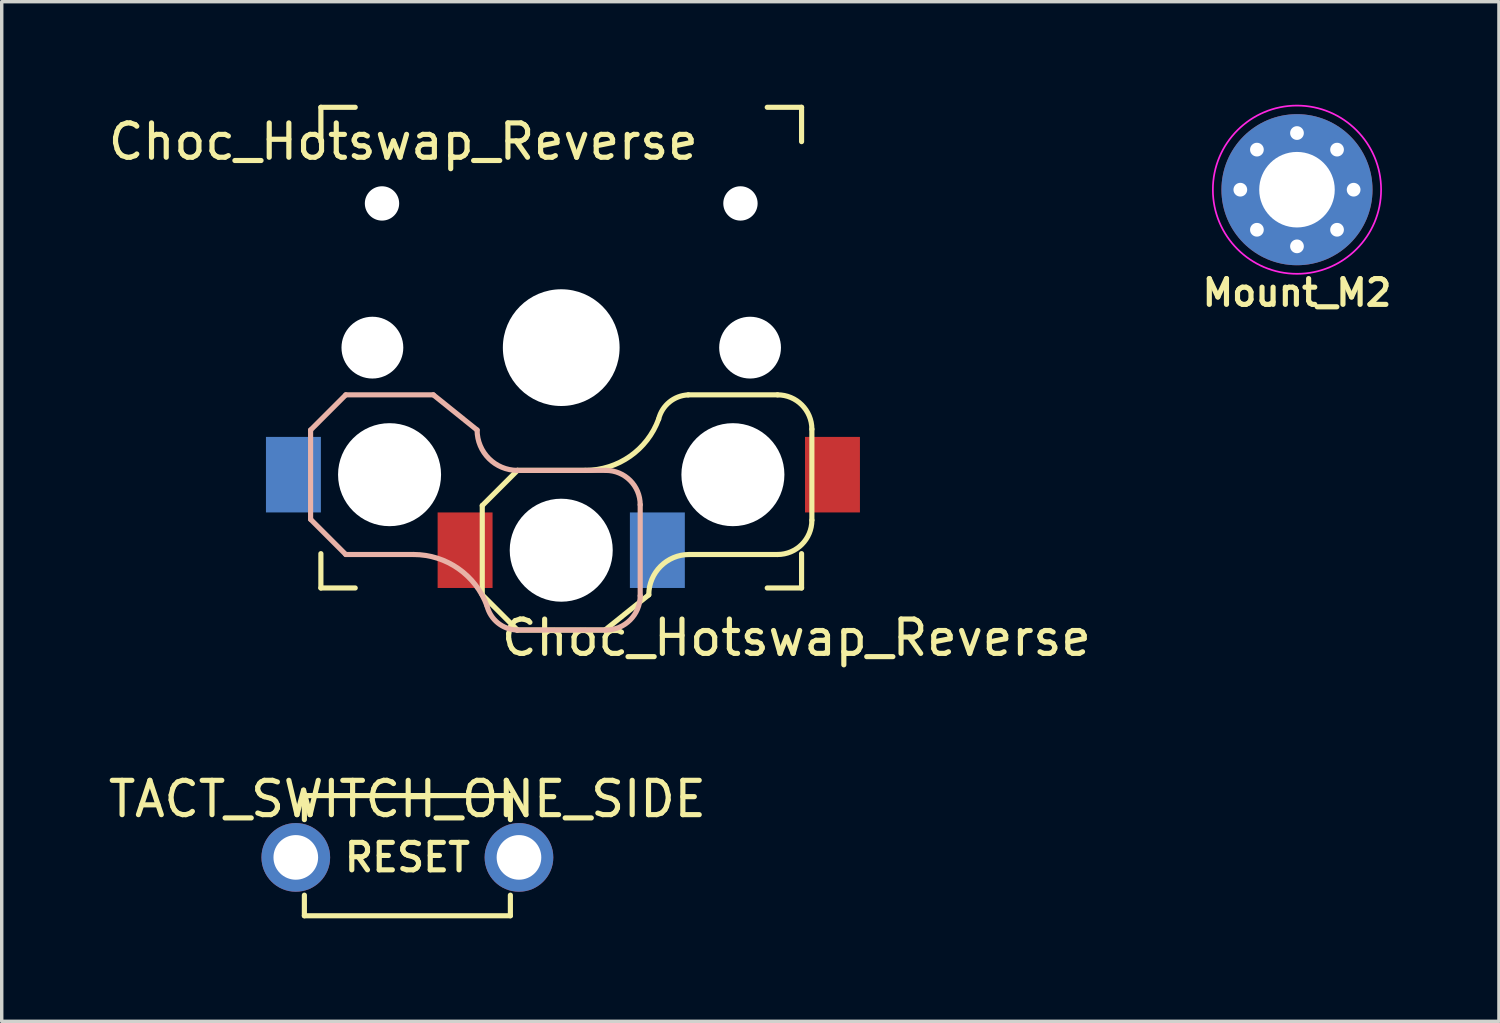
<source format=kicad_pcb>
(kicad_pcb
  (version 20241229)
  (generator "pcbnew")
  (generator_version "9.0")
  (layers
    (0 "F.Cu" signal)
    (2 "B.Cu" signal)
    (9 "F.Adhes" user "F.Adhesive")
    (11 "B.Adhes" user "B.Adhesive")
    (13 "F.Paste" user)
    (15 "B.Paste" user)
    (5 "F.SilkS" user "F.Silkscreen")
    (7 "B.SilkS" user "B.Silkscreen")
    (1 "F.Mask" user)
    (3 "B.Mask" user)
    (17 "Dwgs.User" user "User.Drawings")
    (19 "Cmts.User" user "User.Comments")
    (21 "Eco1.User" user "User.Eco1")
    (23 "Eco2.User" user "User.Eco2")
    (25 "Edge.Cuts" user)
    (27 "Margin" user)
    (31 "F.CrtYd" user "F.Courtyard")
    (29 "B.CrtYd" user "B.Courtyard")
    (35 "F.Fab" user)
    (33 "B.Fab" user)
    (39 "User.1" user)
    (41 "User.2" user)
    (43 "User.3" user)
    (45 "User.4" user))
  (footprint "TACT_SWITCH_ONE_SIDE"
    (layer "F.Cu")
    (at 8.815 21.922)
    (property "Reference" "TACT_SWITCH_ONE_SIDE" (at 0 -1.7 0) (layer "F.SilkS") (effects (font (size 1 1) (thickness 0.15))))
    (attr through_hole)
    (fp_line (start -3 -1.8) (end -3 -1.1) (stroke (width 0.15) (type solid)) (layer "F.SilkS"))
    (fp_line (start -3 1.7) (end -3 1.1) (stroke (width 0.15) (type solid)) (layer "F.SilkS"))
    (fp_line (start -3 1.7) (end 3 1.7) (stroke (width 0.15) (type solid)) (layer "F.SilkS"))
    (fp_line (start 3 -1.8) (end -3 -1.8) (stroke (width 0.15) (type solid)) (layer "F.SilkS"))
    (fp_line (start 3 -1.8) (end 3 -1.1) (stroke (width 0.15) (type solid)) (layer "F.SilkS"))
    (fp_line (start 3 1.7) (end 3 1.1) (stroke (width 0.15) (type solid)) (layer "F.SilkS"))
    (fp_text user "RESET" (at 0 0 0) (unlocked yes) (layer "F.SilkS") (effects (font (size 0.8 0.8) (thickness 0.15))))
    (pad "1" thru_hole circle (at -3.25 0) (size 2 2) (drill 1.3) (layers "*.Cu" "B.Mask"))
    (pad "2" thru_hole circle (at 3.25 0) (size 2 2) (drill 1.3) (layers "*.Cu" "B.Mask")))
  (footprint "Choc_Hotswap_Reverse"
    (layer "F.Cu")
    (at 13.296 7.075)
    (property "Reference" "Choc_Hotswap_Reverse" (at 6.85 8.45 180) (layer "F.SilkS") (effects (font (size 1 1) (thickness 0.15))))
    (attr through_hole)
    (fp_line (start -7 -7) (end -6 -7) (stroke (width 0.15) (type solid)) (layer "F.SilkS"))
    (fp_line (start -7 -6) (end -7 -7) (stroke (width 0.15) (type solid)) (layer "F.SilkS"))
    (fp_line (start -7 7) (end -7 6) (stroke (width 0.15) (type solid)) (layer "F.SilkS"))
    (fp_line (start -6 7) (end -7 7) (stroke (width 0.15) (type solid)) (layer "F.SilkS"))
    (fp_line (start -2.3 4.6) (end -1.275 3.575) (stroke (width 0.15) (type solid)) (layer "F.SilkS"))
    (fp_line (start -2.3 7.2) (end -2.3 4.6) (stroke (width 0.15) (type solid)) (layer "F.SilkS"))
    (fp_line (start -2.3 7.2) (end -1.275 8.225) (stroke (width 0.15) (type solid)) (layer "F.SilkS"))
    (fp_line (start 0.7 3.575) (end -1.275 3.575) (stroke (width 0.15) (type solid)) (layer "F.SilkS"))
    (fp_line (start 1.275 8.225) (end -1.275 8.225) (stroke (width 0.15) (type solid)) (layer "F.SilkS"))
    (fp_line (start 1.275 8.225) (end 2.55 7.2) (stroke (width 0.15) (type solid)) (layer "F.SilkS"))
    (fp_line (start 6 7) (end 7 7) (stroke (width 0.15) (type solid)) (layer "F.SilkS"))
    (fp_line (start 6.3 1.375) (end 3.7 1.375) (stroke (width 0.15) (type solid)) (layer "F.SilkS"))
    (fp_line (start 6.3 6.025) (end 3.725 6.025) (stroke (width 0.15) (type solid)) (layer "F.SilkS"))
    (fp_line (start 7 -7) (end 6 -7) (stroke (width 0.15) (type solid)) (layer "F.SilkS"))
    (fp_line (start 7 -6) (end 7 -7) (stroke (width 0.15) (type solid)) (layer "F.SilkS"))
    (fp_line (start 7 7) (end 7 6) (stroke (width 0.15) (type solid)) (layer "F.SilkS"))
    (fp_line (start 7.3 5.025) (end 7.3 2.375) (stroke (width 0.15) (type solid)) (layer "F.SilkS"))
    (fp_arc (start 2.55 7.2) (mid 2.89415 6.36915) (end 3.725 6.025) (stroke (width 0.15) (type solid)) (layer "F.SilkS"))
    (fp_arc (start 2.837801 2.078096) (mid 2.004887 3.163571) (end 0.7 3.575) (stroke (width 0.15) (type solid)) (layer "F.SilkS"))
    (fp_arc (start 2.837801 2.078096) (mid 3.151716 1.583979) (end 3.699005 1.376209) (stroke (width 0.15) (type solid)) (layer "F.SilkS"))
    (fp_arc (start 6.3 1.375) (mid 7.007107 1.667893) (end 7.3 2.375) (stroke (width 0.15) (type solid)) (layer "F.SilkS"))
    (fp_arc (start 7.3 5.025) (mid 7.007107 5.732107) (end 6.3 6.025) (stroke (width 0.15) (type solid)) (layer "F.SilkS"))
    (fp_line (start -7.3 2.4) (end -7.3 5) (stroke (width 0.15) (type solid)) (layer "B.SilkS"))
    (fp_line (start -7.3 2.4) (end -6.275 1.375) (stroke (width 0.15) (type solid)) (layer "B.SilkS"))
    (fp_line (start -7.3 5) (end -6.275 6.025) (stroke (width 0.15) (type solid)) (layer "B.SilkS"))
    (fp_line (start -4.3 6.025) (end -6.275 6.025) (stroke (width 0.15) (type solid)) (layer "B.SilkS"))
    (fp_line (start -3.725 1.375) (end -6.275 1.375) (stroke (width 0.15) (type solid)) (layer "B.SilkS"))
    (fp_line (start -3.725 1.375) (end -2.45 2.4) (stroke (width 0.15) (type solid)) (layer "B.SilkS"))
    (fp_line (start 1.3 3.575) (end -1.275 3.575) (stroke (width 0.15) (type solid)) (layer "B.SilkS"))
    (fp_line (start 1.3 8.225) (end -1.3 8.225) (stroke (width 0.15) (type solid)) (layer "B.SilkS"))
    (fp_line (start 2.3 4.575) (end 2.3 7.225) (stroke (width 0.15) (type solid)) (layer "B.SilkS"))
    (fp_arc (start -4.3 6.025) (mid -2.995114 6.436429) (end -2.162199 7.521904) (stroke (width 0.15) (type solid)) (layer "B.SilkS"))
    (fp_arc (start -1.300995 8.223791) (mid -1.848284 8.016021) (end -2.162199 7.521904) (stroke (width 0.15) (type solid)) (layer "B.SilkS"))
    (fp_arc (start -1.275 3.575) (mid -2.10585 3.23085) (end -2.45 2.4) (stroke (width 0.15) (type solid)) (layer "B.SilkS"))
    (fp_arc (start 1.3 3.575) (mid 2.007107 3.867893) (end 2.3 4.575) (stroke (width 0.15) (type solid)) (layer "B.SilkS"))
    (fp_arc (start 2.3 7.225) (mid 2.007107 7.932107) (end 1.3 8.225) (stroke (width 0.15) (type solid)) (layer "B.SilkS"))
    (fp_line (start -2.6 -3.1) (end -2.6 -6.3) (stroke (width 0.15) (type solid)) (layer "Eco2.User"))
    (fp_line (start -2.6 -3.1) (end 2.6 -3.1) (stroke (width 0.15) (type solid)) (layer "Eco2.User"))
    (fp_line (start 2.6 -6.3) (end -2.6 -6.3) (stroke (width 0.15) (type solid)) (layer "Eco2.User"))
    (fp_line (start 2.6 -3.1) (end 2.6 -6.3) (stroke (width 0.15) (type solid)) (layer "Eco2.User"))
    (fp_text user "${REFERENCE}" (at -4.6 -6 0) (unlocked yes) (layer "F.SilkS") (effects (font (size 1 1) (thickness 0.15))))
    (pad "" np_thru_hole circle (at -5.5 0 90) (size 1.8 1.8) (drill 1.8) (layers "*.Cu" "*.Mask"))
    (pad "" np_thru_hole circle (at -5.22 -4.2 180) (size 1 1) (drill 1) (layers "*.Cu" "*.Mask"))
    (pad "" np_thru_hole circle (at -5 3.7 90) (size 3 3) (drill 3) (layers "*.Cu" "*.Mask"))
    (pad "" np_thru_hole circle (at 0 0 90) (size 3.4 3.4) (drill 3.4) (layers "*.Cu" "*.Mask"))
    (pad "" np_thru_hole circle (at 0 5.9 90) (size 3 3) (drill 3) (layers "*.Cu" "*.Mask"))
    (pad "" np_thru_hole circle (at 5 3.7 270) (size 3 3) (drill 3) (layers "*.Cu" "*.Mask"))
    (pad "" np_thru_hole circle (at 5.22 -4.2 180) (size 1 1) (drill 1) (layers "*.Cu" "*.Mask"))
    (pad "" np_thru_hole circle (at 5.5 0 90) (size 1.8 1.8) (drill 1.8) (layers "*.Cu" "*.Mask"))
    (pad "1" smd rect (at -7.8 3.7 180) (size 1.6 2.2) (layers "B.Cu" "B.Mask" "B.Paste"))
    (pad "1" smd rect (at 7.9 3.7 180) (size 1.6 2.2) (layers "F.Cu" "F.Mask" "F.Paste"))
    (pad "2" smd rect (at -2.8 5.9 180) (size 1.6 2.2) (layers "F.Cu" "F.Mask" "F.Paste"))
    (pad "2" smd rect (at 2.8 5.9 180) (size 1.6 2.2) (layers "B.Cu" "B.Mask" "B.Paste")))
  (footprint "Mount_M2"
    (layer "F.Cu")
    (at 34.725 2.475)
    (property "Reference" "Mount_M2" (at 0 3 0) (layer "F.SilkS") (effects (font (size 0.75 0.75) (thickness 0.15))))
    (attr exclude_from_pos_files exclude_from_bom)
    (fp_circle (center 0 0) (end 2.45 0) (stroke (width 0.05) (type solid)) (fill no) (layer "F.CrtYd"))
    (fp_circle (center 0.05 0) (end -1.05 0) (stroke (width 0.12) (type solid)) (fill no) (layer "User.2"))
    (pad "1" thru_hole circle (at -1.65 0) (size 0.7 0.7) (drill 0.4) (layers "*.Cu" "*.Mask"))
    (pad "1" thru_hole circle (at -1.167 -1.167) (size 0.7 0.7) (drill 0.4) (layers "*.Cu" "*.Mask"))
    (pad "1" thru_hole circle (at -1.167 1.167) (size 0.7 0.7) (drill 0.4) (layers "*.Cu" "*.Mask"))
    (pad "1" thru_hole circle (at 0 -1.65) (size 0.7 0.7) (drill 0.4) (layers "*.Cu" "*.Mask"))
    (pad "1" thru_hole circle (at 0 0) (size 4.4 4.4) (drill 2.2) (layers "*.Cu" "*.Mask"))
    (pad "1" thru_hole circle (at 0 1.65) (size 0.7 0.7) (drill 0.4) (layers "*.Cu" "*.Mask"))
    (pad "1" thru_hole circle (at 1.167 -1.167) (size 0.7 0.7) (drill 0.4) (layers "*.Cu" "*.Mask"))
    (pad "1" thru_hole circle (at 1.167 1.167) (size 0.7 0.7) (drill 0.4) (layers "*.Cu" "*.Mask"))
    (pad "1" thru_hole circle (at 1.65 0) (size 0.7 0.7) (drill 0.4) (layers "*.Cu" "*.Mask")))
  (gr_rect
    (start -3 -3)
    (end 40.607 26.697)
    (stroke (width 0.1) (type default))
    (fill no)
    (layer "Edge.Cuts")))
</source>
